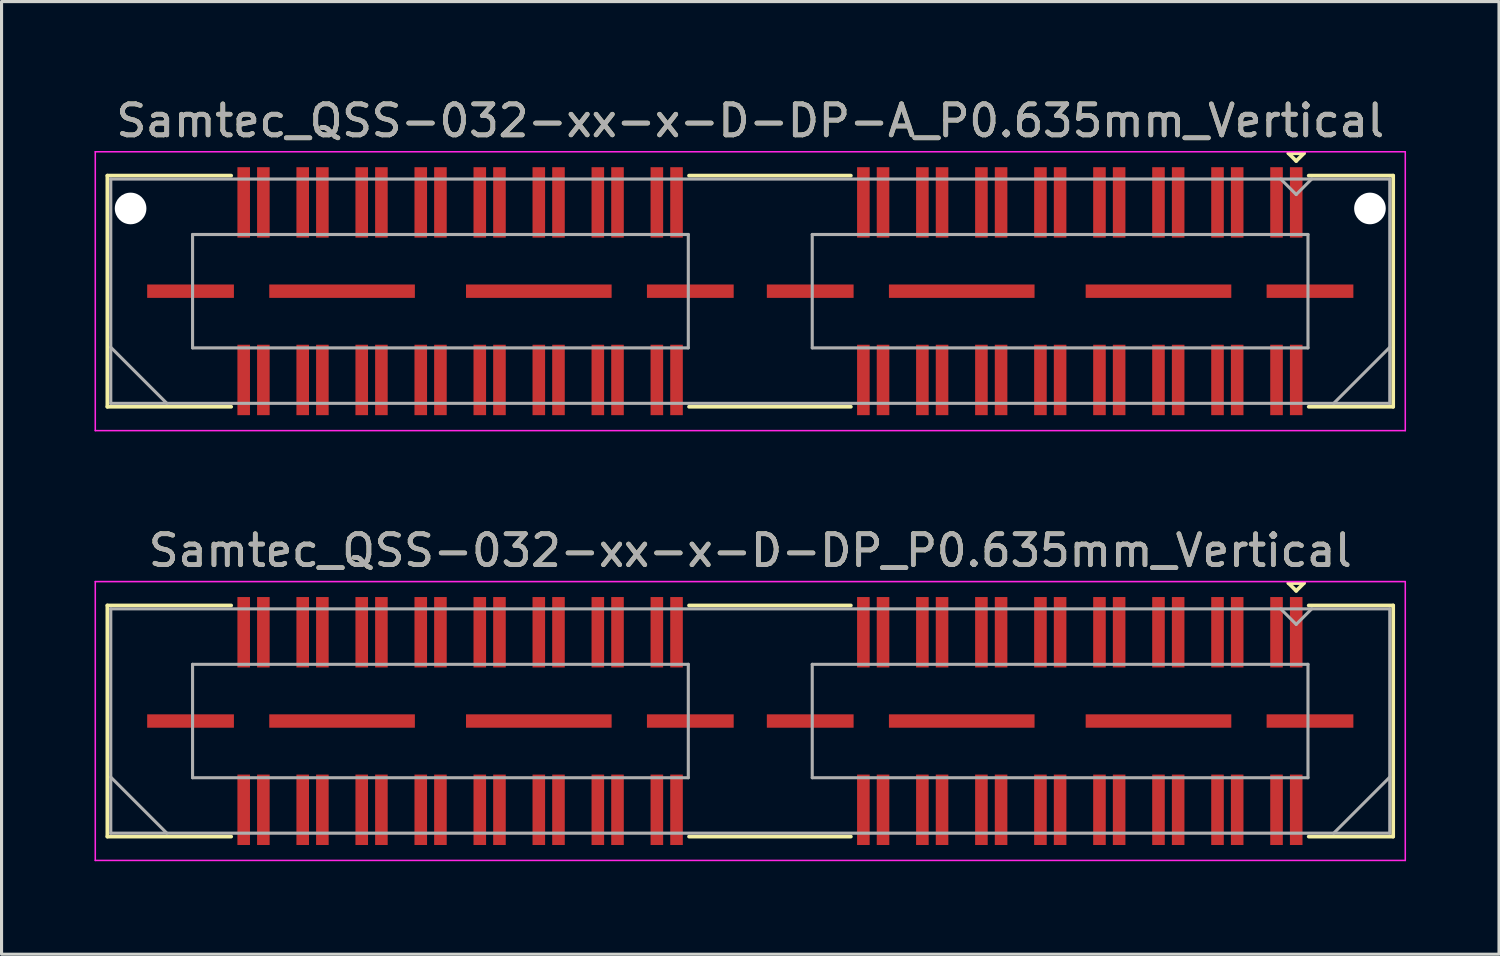
<source format=kicad_pcb>
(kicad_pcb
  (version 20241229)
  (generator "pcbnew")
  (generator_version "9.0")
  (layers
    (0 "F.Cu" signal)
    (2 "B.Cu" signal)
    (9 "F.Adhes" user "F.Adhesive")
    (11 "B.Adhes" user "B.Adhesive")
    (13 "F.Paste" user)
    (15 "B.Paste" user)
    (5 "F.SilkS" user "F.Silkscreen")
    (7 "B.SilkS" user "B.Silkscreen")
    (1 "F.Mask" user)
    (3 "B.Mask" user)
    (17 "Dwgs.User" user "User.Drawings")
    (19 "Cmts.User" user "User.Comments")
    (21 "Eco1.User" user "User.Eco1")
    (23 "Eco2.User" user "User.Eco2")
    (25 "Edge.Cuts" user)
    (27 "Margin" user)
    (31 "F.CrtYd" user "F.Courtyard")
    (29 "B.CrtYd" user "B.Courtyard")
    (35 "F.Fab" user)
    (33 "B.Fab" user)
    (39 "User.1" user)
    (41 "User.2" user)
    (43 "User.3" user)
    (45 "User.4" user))
  (footprint "Samtec_QSS-032-xx-x-D-DP_P0.635mm_Vertical"
    (layer "F.Cu")
    (at 21.165 20.221)
    (property "Reference" "Samtec_QSS-032-xx-x-D-DP_P0.635mm_Vertical" (at 0 -5.5 0) (layer "F.SilkS") (effects (font (size 1 1) (thickness 0.15))))
    (attr smd)
    (fp_line (start -20.75 -3.73) (end -16.753 -3.73) (stroke (width 0.12) (type solid)) (layer "F.SilkS"))
    (fp_line (start -20.75 3.73) (end -20.75 -3.73) (stroke (width 0.12) (type solid)) (layer "F.SilkS"))
    (fp_line (start -16.753 3.73) (end -20.75 3.73) (stroke (width 0.12) (type solid)) (layer "F.SilkS"))
    (fp_line (start 3.247 -3.73) (end -1.977 -3.73) (stroke (width 0.12) (type solid)) (layer "F.SilkS"))
    (fp_line (start 3.247 3.73) (end -1.977 3.73) (stroke (width 0.12) (type solid)) (layer "F.SilkS"))
    (fp_line (start 17.37 -4.452) (end 17.87 -4.452) (stroke (width 0.12) (type solid)) (layer "F.SilkS"))
    (fp_line (start 17.62 -4.202) (end 17.37 -4.452) (stroke (width 0.12) (type solid)) (layer "F.SilkS"))
    (fp_line (start 17.87 -4.452) (end 17.62 -4.202) (stroke (width 0.12) (type solid)) (layer "F.SilkS"))
    (fp_line (start 18.023 3.73) (end 20.75 3.73) (stroke (width 0.12) (type solid)) (layer "F.SilkS"))
    (fp_line (start 20.75 -3.73) (end 18.023 -3.73) (stroke (width 0.12) (type solid)) (layer "F.SilkS"))
    (fp_line (start 20.75 3.73) (end 20.75 -3.73) (stroke (width 0.12) (type solid)) (layer "F.SilkS"))
    (fp_line (start -21.14 -4.5) (end -21.14 4.5) (stroke (width 0.05) (type solid)) (layer "F.CrtYd"))
    (fp_line (start -21.14 4.5) (end 21.14 4.5) (stroke (width 0.05) (type solid)) (layer "F.CrtYd"))
    (fp_line (start 21.14 -4.5) (end -21.14 -4.5) (stroke (width 0.05) (type solid)) (layer "F.CrtYd"))
    (fp_line (start 21.14 4.5) (end 21.14 -4.5) (stroke (width 0.05) (type solid)) (layer "F.CrtYd"))
    (fp_line (start -20.64 -3.62) (end -20.64 3.62) (stroke (width 0.1) (type solid)) (layer "F.Fab"))
    (fp_line (start -20.64 1.81) (end -18.83 3.62) (stroke (width 0.1) (type solid)) (layer "F.Fab"))
    (fp_line (start -20.64 3.62) (end 20.64 3.62) (stroke (width 0.1) (type solid)) (layer "F.Fab"))
    (fp_line (start -18 -1.83) (end -18 1.83) (stroke (width 0.1) (type solid)) (layer "F.Fab"))
    (fp_line (start -18 1.83) (end -2 1.83) (stroke (width 0.1) (type solid)) (layer "F.Fab"))
    (fp_line (start -2 -1.83) (end -18 -1.83) (stroke (width 0.1) (type solid)) (layer "F.Fab"))
    (fp_line (start -2 1.83) (end -2 -1.83) (stroke (width 0.1) (type solid)) (layer "F.Fab"))
    (fp_line (start 2 -1.83) (end 2 1.83) (stroke (width 0.1) (type solid)) (layer "F.Fab"))
    (fp_line (start 2 1.83) (end 18 1.83) (stroke (width 0.1) (type solid)) (layer "F.Fab"))
    (fp_line (start 17.62 -3.12) (end 17.12 -3.62) (stroke (width 0.1) (type solid)) (layer "F.Fab"))
    (fp_line (start 18 -1.83) (end 2 -1.83) (stroke (width 0.1) (type solid)) (layer "F.Fab"))
    (fp_line (start 18 1.83) (end 18 -1.83) (stroke (width 0.1) (type solid)) (layer "F.Fab"))
    (fp_line (start 18.12 -3.62) (end 17.62 -3.12) (stroke (width 0.1) (type solid)) (layer "F.Fab"))
    (fp_line (start 20.64 -3.62) (end -20.64 -3.62) (stroke (width 0.1) (type solid)) (layer "F.Fab"))
    (fp_line (start 20.64 1.81) (end 18.83 3.62) (stroke (width 0.1) (type solid)) (layer "F.Fab"))
    (fp_line (start 20.64 3.62) (end 20.64 -3.62) (stroke (width 0.1) (type solid)) (layer "F.Fab"))
    (fp_text user "${REFERENCE}" (at 0 -5.5 0) (layer "F.Fab") (effects (font (size 1 1) (thickness 0.15))))
    (pad "1" smd rect (at 17.62 -2.865) (size 0.406 2.273) (layers "F.Cu" "F.Mask" "F.Paste"))
    (pad "2" smd rect (at 17.62 2.865) (size 0.406 2.273) (layers "F.Cu" "F.Mask" "F.Paste"))
    (pad "3" smd rect (at 16.985 -2.865) (size 0.406 2.273) (layers "F.Cu" "F.Mask" "F.Paste"))
    (pad "4" smd rect (at 16.985 2.865) (size 0.406 2.273) (layers "F.Cu" "F.Mask" "F.Paste"))
    (pad "5" smd rect (at 15.715 -2.865) (size 0.406 2.273) (layers "F.Cu" "F.Mask" "F.Paste"))
    (pad "6" smd rect (at 15.715 2.865) (size 0.406 2.273) (layers "F.Cu" "F.Mask" "F.Paste"))
    (pad "7" smd rect (at 15.08 -2.865) (size 0.406 2.273) (layers "F.Cu" "F.Mask" "F.Paste"))
    (pad "8" smd rect (at 15.08 2.865) (size 0.406 2.273) (layers "F.Cu" "F.Mask" "F.Paste"))
    (pad "9" smd rect (at 13.81 -2.865) (size 0.406 2.273) (layers "F.Cu" "F.Mask" "F.Paste"))
    (pad "10" smd rect (at 13.81 2.865) (size 0.406 2.273) (layers "F.Cu" "F.Mask" "F.Paste"))
    (pad "11" smd rect (at 13.175 -2.865) (size 0.406 2.273) (layers "F.Cu" "F.Mask" "F.Paste"))
    (pad "12" smd rect (at 13.175 2.865) (size 0.406 2.273) (layers "F.Cu" "F.Mask" "F.Paste"))
    (pad "13" smd rect (at 11.905 -2.865) (size 0.406 2.273) (layers "F.Cu" "F.Mask" "F.Paste"))
    (pad "14" smd rect (at 11.905 2.865) (size 0.406 2.273) (layers "F.Cu" "F.Mask" "F.Paste"))
    (pad "15" smd rect (at 11.27 -2.865) (size 0.406 2.273) (layers "F.Cu" "F.Mask" "F.Paste"))
    (pad "16" smd rect (at 11.27 2.865) (size 0.406 2.273) (layers "F.Cu" "F.Mask" "F.Paste"))
    (pad "17" smd rect (at 10 -2.865) (size 0.406 2.273) (layers "F.Cu" "F.Mask" "F.Paste"))
    (pad "18" smd rect (at 10 2.865) (size 0.406 2.273) (layers "F.Cu" "F.Mask" "F.Paste"))
    (pad "19" smd rect (at 9.365 -2.865) (size 0.406 2.273) (layers "F.Cu" "F.Mask" "F.Paste"))
    (pad "20" smd rect (at 9.365 2.865) (size 0.406 2.273) (layers "F.Cu" "F.Mask" "F.Paste"))
    (pad "21" smd rect (at 8.095 -2.865) (size 0.406 2.273) (layers "F.Cu" "F.Mask" "F.Paste"))
    (pad "22" smd rect (at 8.095 2.865) (size 0.406 2.273) (layers "F.Cu" "F.Mask" "F.Paste"))
    (pad "23" smd rect (at 7.46 -2.865) (size 0.406 2.273) (layers "F.Cu" "F.Mask" "F.Paste"))
    (pad "24" smd rect (at 7.46 2.865) (size 0.406 2.273) (layers "F.Cu" "F.Mask" "F.Paste"))
    (pad "25" smd rect (at 6.19 -2.865) (size 0.406 2.273) (layers "F.Cu" "F.Mask" "F.Paste"))
    (pad "26" smd rect (at 6.19 2.865) (size 0.406 2.273) (layers "F.Cu" "F.Mask" "F.Paste"))
    (pad "27" smd rect (at 5.555 -2.865) (size 0.406 2.273) (layers "F.Cu" "F.Mask" "F.Paste"))
    (pad "28" smd rect (at 5.555 2.865) (size 0.406 2.273) (layers "F.Cu" "F.Mask" "F.Paste"))
    (pad "29" smd rect (at 4.285 -2.865) (size 0.406 2.273) (layers "F.Cu" "F.Mask" "F.Paste"))
    (pad "30" smd rect (at 4.285 2.865) (size 0.406 2.273) (layers "F.Cu" "F.Mask" "F.Paste"))
    (pad "31" smd rect (at 3.65 -2.865) (size 0.406 2.273) (layers "F.Cu" "F.Mask" "F.Paste"))
    (pad "32" smd rect (at 3.65 2.865) (size 0.406 2.273) (layers "F.Cu" "F.Mask" "F.Paste"))
    (pad "33" smd rect (at -2.38 -2.865) (size 0.406 2.273) (layers "F.Cu" "F.Mask" "F.Paste"))
    (pad "34" smd rect (at -2.38 2.865) (size 0.406 2.273) (layers "F.Cu" "F.Mask" "F.Paste"))
    (pad "35" smd rect (at -3.015 -2.865) (size 0.406 2.273) (layers "F.Cu" "F.Mask" "F.Paste"))
    (pad "36" smd rect (at -3.015 2.865) (size 0.406 2.273) (layers "F.Cu" "F.Mask" "F.Paste"))
    (pad "37" smd rect (at -4.285 -2.865) (size 0.406 2.273) (layers "F.Cu" "F.Mask" "F.Paste"))
    (pad "38" smd rect (at -4.285 2.865) (size 0.406 2.273) (layers "F.Cu" "F.Mask" "F.Paste"))
    (pad "39" smd rect (at -4.92 -2.865) (size 0.406 2.273) (layers "F.Cu" "F.Mask" "F.Paste"))
    (pad "40" smd rect (at -4.92 2.865) (size 0.406 2.273) (layers "F.Cu" "F.Mask" "F.Paste"))
    (pad "41" smd rect (at -6.19 -2.865) (size 0.406 2.273) (layers "F.Cu" "F.Mask" "F.Paste"))
    (pad "42" smd rect (at -6.19 2.865) (size 0.406 2.273) (layers "F.Cu" "F.Mask" "F.Paste"))
    (pad "43" smd rect (at -6.825 -2.865) (size 0.406 2.273) (layers "F.Cu" "F.Mask" "F.Paste"))
    (pad "44" smd rect (at -6.825 2.865) (size 0.406 2.273) (layers "F.Cu" "F.Mask" "F.Paste"))
    (pad "45" smd rect (at -8.095 -2.865) (size 0.406 2.273) (layers "F.Cu" "F.Mask" "F.Paste"))
    (pad "46" smd rect (at -8.095 2.865) (size 0.406 2.273) (layers "F.Cu" "F.Mask" "F.Paste"))
    (pad "47" smd rect (at -8.73 -2.865) (size 0.406 2.273) (layers "F.Cu" "F.Mask" "F.Paste"))
    (pad "48" smd rect (at -8.73 2.865) (size 0.406 2.273) (layers "F.Cu" "F.Mask" "F.Paste"))
    (pad "49" smd rect (at -10 -2.865) (size 0.406 2.273) (layers "F.Cu" "F.Mask" "F.Paste"))
    (pad "50" smd rect (at -10 2.865) (size 0.406 2.273) (layers "F.Cu" "F.Mask" "F.Paste"))
    (pad "51" smd rect (at -10.635 -2.865) (size 0.406 2.273) (layers "F.Cu" "F.Mask" "F.Paste"))
    (pad "52" smd rect (at -10.635 2.865) (size 0.406 2.273) (layers "F.Cu" "F.Mask" "F.Paste"))
    (pad "53" smd rect (at -11.905 -2.865) (size 0.406 2.273) (layers "F.Cu" "F.Mask" "F.Paste"))
    (pad "54" smd rect (at -11.905 2.865) (size 0.406 2.273) (layers "F.Cu" "F.Mask" "F.Paste"))
    (pad "55" smd rect (at -12.54 -2.865) (size 0.406 2.273) (layers "F.Cu" "F.Mask" "F.Paste"))
    (pad "56" smd rect (at -12.54 2.865) (size 0.406 2.273) (layers "F.Cu" "F.Mask" "F.Paste"))
    (pad "57" smd rect (at -13.81 -2.865) (size 0.406 2.273) (layers "F.Cu" "F.Mask" "F.Paste"))
    (pad "58" smd rect (at -13.81 2.865) (size 0.406 2.273) (layers "F.Cu" "F.Mask" "F.Paste"))
    (pad "59" smd rect (at -14.445 -2.865) (size 0.406 2.273) (layers "F.Cu" "F.Mask" "F.Paste"))
    (pad "60" smd rect (at -14.445 2.865) (size 0.406 2.273) (layers "F.Cu" "F.Mask" "F.Paste"))
    (pad "61" smd rect (at -15.715 -2.865) (size 0.406 2.273) (layers "F.Cu" "F.Mask" "F.Paste"))
    (pad "62" smd rect (at -15.715 2.865) (size 0.406 2.273) (layers "F.Cu" "F.Mask" "F.Paste"))
    (pad "63" smd rect (at -16.35 -2.865) (size 0.406 2.273) (layers "F.Cu" "F.Mask" "F.Paste"))
    (pad "64" smd rect (at -16.35 2.865) (size 0.406 2.273) (layers "F.Cu" "F.Mask" "F.Paste"))
    (pad "P1" smd rect (at 1.935 0) (size 2.8 0.432) (layers "F.Cu" "F.Mask" "F.Paste"))
    (pad "P1" smd rect (at 6.825 0) (size 4.7 0.432) (layers "F.Cu" "F.Mask" "F.Paste"))
    (pad "P1" smd rect (at 13.175 0) (size 4.7 0.432) (layers "F.Cu" "F.Mask" "F.Paste"))
    (pad "P1" smd rect (at 18.065 0) (size 2.8 0.432) (layers "F.Cu" "F.Mask" "F.Paste"))
    (pad "P2" smd rect (at -18.065 0) (size 2.8 0.432) (layers "F.Cu" "F.Mask" "F.Paste"))
    (pad "P2" smd rect (at -13.175 0) (size 4.7 0.432) (layers "F.Cu" "F.Mask" "F.Paste"))
    (pad "P2" smd rect (at -6.825 0) (size 4.7 0.432) (layers "F.Cu" "F.Mask" "F.Paste"))
    (pad "P2" smd rect (at -1.935 0) (size 2.8 0.432) (layers "F.Cu" "F.Mask" "F.Paste")))
  (footprint "Samtec_QSS-032-xx-x-D-DP-A_P0.635mm_Vertical"
    (layer "F.Cu")
    (at 21.165 6.348)
    (property "Reference" "Samtec_QSS-032-xx-x-D-DP-A_P0.635mm_Vertical" (at 0 -5.5 0) (layer "F.SilkS") (effects (font (size 1 1) (thickness 0.15))))
    (attr smd)
    (fp_line (start -20.75 -3.73) (end -16.753 -3.73) (stroke (width 0.12) (type solid)) (layer "F.SilkS"))
    (fp_line (start -20.75 3.73) (end -20.75 -3.73) (stroke (width 0.12) (type solid)) (layer "F.SilkS"))
    (fp_line (start -16.753 3.73) (end -20.75 3.73) (stroke (width 0.12) (type solid)) (layer "F.SilkS"))
    (fp_line (start 3.247 -3.73) (end -1.977 -3.73) (stroke (width 0.12) (type solid)) (layer "F.SilkS"))
    (fp_line (start 3.247 3.73) (end -1.977 3.73) (stroke (width 0.12) (type solid)) (layer "F.SilkS"))
    (fp_line (start 17.37 -4.452) (end 17.87 -4.452) (stroke (width 0.12) (type solid)) (layer "F.SilkS"))
    (fp_line (start 17.62 -4.202) (end 17.37 -4.452) (stroke (width 0.12) (type solid)) (layer "F.SilkS"))
    (fp_line (start 17.87 -4.452) (end 17.62 -4.202) (stroke (width 0.12) (type solid)) (layer "F.SilkS"))
    (fp_line (start 18.023 3.73) (end 20.75 3.73) (stroke (width 0.12) (type solid)) (layer "F.SilkS"))
    (fp_line (start 20.75 -3.73) (end 18.023 -3.73) (stroke (width 0.12) (type solid)) (layer "F.SilkS"))
    (fp_line (start 20.75 3.73) (end 20.75 -3.73) (stroke (width 0.12) (type solid)) (layer "F.SilkS"))
    (fp_line (start -21.14 -4.5) (end -21.14 4.5) (stroke (width 0.05) (type solid)) (layer "F.CrtYd"))
    (fp_line (start -21.14 4.5) (end 21.14 4.5) (stroke (width 0.05) (type solid)) (layer "F.CrtYd"))
    (fp_line (start 21.14 -4.5) (end -21.14 -4.5) (stroke (width 0.05) (type solid)) (layer "F.CrtYd"))
    (fp_line (start 21.14 4.5) (end 21.14 -4.5) (stroke (width 0.05) (type solid)) (layer "F.CrtYd"))
    (fp_line (start -20.64 -3.62) (end -20.64 3.62) (stroke (width 0.1) (type solid)) (layer "F.Fab"))
    (fp_line (start -20.64 1.81) (end -18.83 3.62) (stroke (width 0.1) (type solid)) (layer "F.Fab"))
    (fp_line (start -20.64 3.62) (end 20.64 3.62) (stroke (width 0.1) (type solid)) (layer "F.Fab"))
    (fp_line (start -18 -1.83) (end -18 1.83) (stroke (width 0.1) (type solid)) (layer "F.Fab"))
    (fp_line (start -18 1.83) (end -2 1.83) (stroke (width 0.1) (type solid)) (layer "F.Fab"))
    (fp_line (start -2 -1.83) (end -18 -1.83) (stroke (width 0.1) (type solid)) (layer "F.Fab"))
    (fp_line (start -2 1.83) (end -2 -1.83) (stroke (width 0.1) (type solid)) (layer "F.Fab"))
    (fp_line (start 2 -1.83) (end 2 1.83) (stroke (width 0.1) (type solid)) (layer "F.Fab"))
    (fp_line (start 2 1.83) (end 18 1.83) (stroke (width 0.1) (type solid)) (layer "F.Fab"))
    (fp_line (start 17.62 -3.12) (end 17.12 -3.62) (stroke (width 0.1) (type solid)) (layer "F.Fab"))
    (fp_line (start 18 -1.83) (end 2 -1.83) (stroke (width 0.1) (type solid)) (layer "F.Fab"))
    (fp_line (start 18 1.83) (end 18 -1.83) (stroke (width 0.1) (type solid)) (layer "F.Fab"))
    (fp_line (start 18.12 -3.62) (end 17.62 -3.12) (stroke (width 0.1) (type solid)) (layer "F.Fab"))
    (fp_line (start 20.64 -3.62) (end -20.64 -3.62) (stroke (width 0.1) (type solid)) (layer "F.Fab"))
    (fp_line (start 20.64 1.81) (end 18.83 3.62) (stroke (width 0.1) (type solid)) (layer "F.Fab"))
    (fp_line (start 20.64 3.62) (end 20.64 -3.62) (stroke (width 0.1) (type solid)) (layer "F.Fab"))
    (fp_text user "${REFERENCE}" (at 0 -5.5 0) (layer "F.Fab") (effects (font (size 1 1) (thickness 0.15))))
    (pad "" np_thru_hole circle (at -20 -2.67) (size 1.02 1.02) (drill 1.02) (layers "*.Cu" "*.Mask"))
    (pad "" np_thru_hole circle (at 20 -2.67) (size 1.02 1.02) (drill 1.02) (layers "*.Cu" "*.Mask"))
    (pad "1" smd rect (at 17.62 -2.865) (size 0.406 2.273) (layers "F.Cu" "F.Mask" "F.Paste"))
    (pad "2" smd rect (at 17.62 2.865) (size 0.406 2.273) (layers "F.Cu" "F.Mask" "F.Paste"))
    (pad "3" smd rect (at 16.985 -2.865) (size 0.406 2.273) (layers "F.Cu" "F.Mask" "F.Paste"))
    (pad "4" smd rect (at 16.985 2.865) (size 0.406 2.273) (layers "F.Cu" "F.Mask" "F.Paste"))
    (pad "5" smd rect (at 15.715 -2.865) (size 0.406 2.273) (layers "F.Cu" "F.Mask" "F.Paste"))
    (pad "6" smd rect (at 15.715 2.865) (size 0.406 2.273) (layers "F.Cu" "F.Mask" "F.Paste"))
    (pad "7" smd rect (at 15.08 -2.865) (size 0.406 2.273) (layers "F.Cu" "F.Mask" "F.Paste"))
    (pad "8" smd rect (at 15.08 2.865) (size 0.406 2.273) (layers "F.Cu" "F.Mask" "F.Paste"))
    (pad "9" smd rect (at 13.81 -2.865) (size 0.406 2.273) (layers "F.Cu" "F.Mask" "F.Paste"))
    (pad "10" smd rect (at 13.81 2.865) (size 0.406 2.273) (layers "F.Cu" "F.Mask" "F.Paste"))
    (pad "11" smd rect (at 13.175 -2.865) (size 0.406 2.273) (layers "F.Cu" "F.Mask" "F.Paste"))
    (pad "12" smd rect (at 13.175 2.865) (size 0.406 2.273) (layers "F.Cu" "F.Mask" "F.Paste"))
    (pad "13" smd rect (at 11.905 -2.865) (size 0.406 2.273) (layers "F.Cu" "F.Mask" "F.Paste"))
    (pad "14" smd rect (at 11.905 2.865) (size 0.406 2.273) (layers "F.Cu" "F.Mask" "F.Paste"))
    (pad "15" smd rect (at 11.27 -2.865) (size 0.406 2.273) (layers "F.Cu" "F.Mask" "F.Paste"))
    (pad "16" smd rect (at 11.27 2.865) (size 0.406 2.273) (layers "F.Cu" "F.Mask" "F.Paste"))
    (pad "17" smd rect (at 10 -2.865) (size 0.406 2.273) (layers "F.Cu" "F.Mask" "F.Paste"))
    (pad "18" smd rect (at 10 2.865) (size 0.406 2.273) (layers "F.Cu" "F.Mask" "F.Paste"))
    (pad "19" smd rect (at 9.365 -2.865) (size 0.406 2.273) (layers "F.Cu" "F.Mask" "F.Paste"))
    (pad "20" smd rect (at 9.365 2.865) (size 0.406 2.273) (layers "F.Cu" "F.Mask" "F.Paste"))
    (pad "21" smd rect (at 8.095 -2.865) (size 0.406 2.273) (layers "F.Cu" "F.Mask" "F.Paste"))
    (pad "22" smd rect (at 8.095 2.865) (size 0.406 2.273) (layers "F.Cu" "F.Mask" "F.Paste"))
    (pad "23" smd rect (at 7.46 -2.865) (size 0.406 2.273) (layers "F.Cu" "F.Mask" "F.Paste"))
    (pad "24" smd rect (at 7.46 2.865) (size 0.406 2.273) (layers "F.Cu" "F.Mask" "F.Paste"))
    (pad "25" smd rect (at 6.19 -2.865) (size 0.406 2.273) (layers "F.Cu" "F.Mask" "F.Paste"))
    (pad "26" smd rect (at 6.19 2.865) (size 0.406 2.273) (layers "F.Cu" "F.Mask" "F.Paste"))
    (pad "27" smd rect (at 5.555 -2.865) (size 0.406 2.273) (layers "F.Cu" "F.Mask" "F.Paste"))
    (pad "28" smd rect (at 5.555 2.865) (size 0.406 2.273) (layers "F.Cu" "F.Mask" "F.Paste"))
    (pad "29" smd rect (at 4.285 -2.865) (size 0.406 2.273) (layers "F.Cu" "F.Mask" "F.Paste"))
    (pad "30" smd rect (at 4.285 2.865) (size 0.406 2.273) (layers "F.Cu" "F.Mask" "F.Paste"))
    (pad "31" smd rect (at 3.65 -2.865) (size 0.406 2.273) (layers "F.Cu" "F.Mask" "F.Paste"))
    (pad "32" smd rect (at 3.65 2.865) (size 0.406 2.273) (layers "F.Cu" "F.Mask" "F.Paste"))
    (pad "33" smd rect (at -2.38 -2.865) (size 0.406 2.273) (layers "F.Cu" "F.Mask" "F.Paste"))
    (pad "34" smd rect (at -2.38 2.865) (size 0.406 2.273) (layers "F.Cu" "F.Mask" "F.Paste"))
    (pad "35" smd rect (at -3.015 -2.865) (size 0.406 2.273) (layers "F.Cu" "F.Mask" "F.Paste"))
    (pad "36" smd rect (at -3.015 2.865) (size 0.406 2.273) (layers "F.Cu" "F.Mask" "F.Paste"))
    (pad "37" smd rect (at -4.285 -2.865) (size 0.406 2.273) (layers "F.Cu" "F.Mask" "F.Paste"))
    (pad "38" smd rect (at -4.285 2.865) (size 0.406 2.273) (layers "F.Cu" "F.Mask" "F.Paste"))
    (pad "39" smd rect (at -4.92 -2.865) (size 0.406 2.273) (layers "F.Cu" "F.Mask" "F.Paste"))
    (pad "40" smd rect (at -4.92 2.865) (size 0.406 2.273) (layers "F.Cu" "F.Mask" "F.Paste"))
    (pad "41" smd rect (at -6.19 -2.865) (size 0.406 2.273) (layers "F.Cu" "F.Mask" "F.Paste"))
    (pad "42" smd rect (at -6.19 2.865) (size 0.406 2.273) (layers "F.Cu" "F.Mask" "F.Paste"))
    (pad "43" smd rect (at -6.825 -2.865) (size 0.406 2.273) (layers "F.Cu" "F.Mask" "F.Paste"))
    (pad "44" smd rect (at -6.825 2.865) (size 0.406 2.273) (layers "F.Cu" "F.Mask" "F.Paste"))
    (pad "45" smd rect (at -8.095 -2.865) (size 0.406 2.273) (layers "F.Cu" "F.Mask" "F.Paste"))
    (pad "46" smd rect (at -8.095 2.865) (size 0.406 2.273) (layers "F.Cu" "F.Mask" "F.Paste"))
    (pad "47" smd rect (at -8.73 -2.865) (size 0.406 2.273) (layers "F.Cu" "F.Mask" "F.Paste"))
    (pad "48" smd rect (at -8.73 2.865) (size 0.406 2.273) (layers "F.Cu" "F.Mask" "F.Paste"))
    (pad "49" smd rect (at -10 -2.865) (size 0.406 2.273) (layers "F.Cu" "F.Mask" "F.Paste"))
    (pad "50" smd rect (at -10 2.865) (size 0.406 2.273) (layers "F.Cu" "F.Mask" "F.Paste"))
    (pad "51" smd rect (at -10.635 -2.865) (size 0.406 2.273) (layers "F.Cu" "F.Mask" "F.Paste"))
    (pad "52" smd rect (at -10.635 2.865) (size 0.406 2.273) (layers "F.Cu" "F.Mask" "F.Paste"))
    (pad "53" smd rect (at -11.905 -2.865) (size 0.406 2.273) (layers "F.Cu" "F.Mask" "F.Paste"))
    (pad "54" smd rect (at -11.905 2.865) (size 0.406 2.273) (layers "F.Cu" "F.Mask" "F.Paste"))
    (pad "55" smd rect (at -12.54 -2.865) (size 0.406 2.273) (layers "F.Cu" "F.Mask" "F.Paste"))
    (pad "56" smd rect (at -12.54 2.865) (size 0.406 2.273) (layers "F.Cu" "F.Mask" "F.Paste"))
    (pad "57" smd rect (at -13.81 -2.865) (size 0.406 2.273) (layers "F.Cu" "F.Mask" "F.Paste"))
    (pad "58" smd rect (at -13.81 2.865) (size 0.406 2.273) (layers "F.Cu" "F.Mask" "F.Paste"))
    (pad "59" smd rect (at -14.445 -2.865) (size 0.406 2.273) (layers "F.Cu" "F.Mask" "F.Paste"))
    (pad "60" smd rect (at -14.445 2.865) (size 0.406 2.273) (layers "F.Cu" "F.Mask" "F.Paste"))
    (pad "61" smd rect (at -15.715 -2.865) (size 0.406 2.273) (layers "F.Cu" "F.Mask" "F.Paste"))
    (pad "62" smd rect (at -15.715 2.865) (size 0.406 2.273) (layers "F.Cu" "F.Mask" "F.Paste"))
    (pad "63" smd rect (at -16.35 -2.865) (size 0.406 2.273) (layers "F.Cu" "F.Mask" "F.Paste"))
    (pad "64" smd rect (at -16.35 2.865) (size 0.406 2.273) (layers "F.Cu" "F.Mask" "F.Paste"))
    (pad "P1" smd rect (at 1.935 0) (size 2.8 0.432) (layers "F.Cu" "F.Mask" "F.Paste"))
    (pad "P1" smd rect (at 6.825 0) (size 4.7 0.432) (layers "F.Cu" "F.Mask" "F.Paste"))
    (pad "P1" smd rect (at 13.175 0) (size 4.7 0.432) (layers "F.Cu" "F.Mask" "F.Paste"))
    (pad "P1" smd rect (at 18.065 0) (size 2.8 0.432) (layers "F.Cu" "F.Mask" "F.Paste"))
    (pad "P2" smd rect (at -18.065 0) (size 2.8 0.432) (layers "F.Cu" "F.Mask" "F.Paste"))
    (pad "P2" smd rect (at -13.175 0) (size 4.7 0.432) (layers "F.Cu" "F.Mask" "F.Paste"))
    (pad "P2" smd rect (at -6.825 0) (size 4.7 0.432) (layers "F.Cu" "F.Mask" "F.Paste"))
    (pad "P2" smd rect (at -1.935 0) (size 2.8 0.432) (layers "F.Cu" "F.Mask" "F.Paste")))
  (gr_rect
    (start -3 -3)
    (end 45.33 27.747)
    (stroke (width 0.1) (type default))
    (fill no)
    (layer "Edge.Cuts")))
</source>
